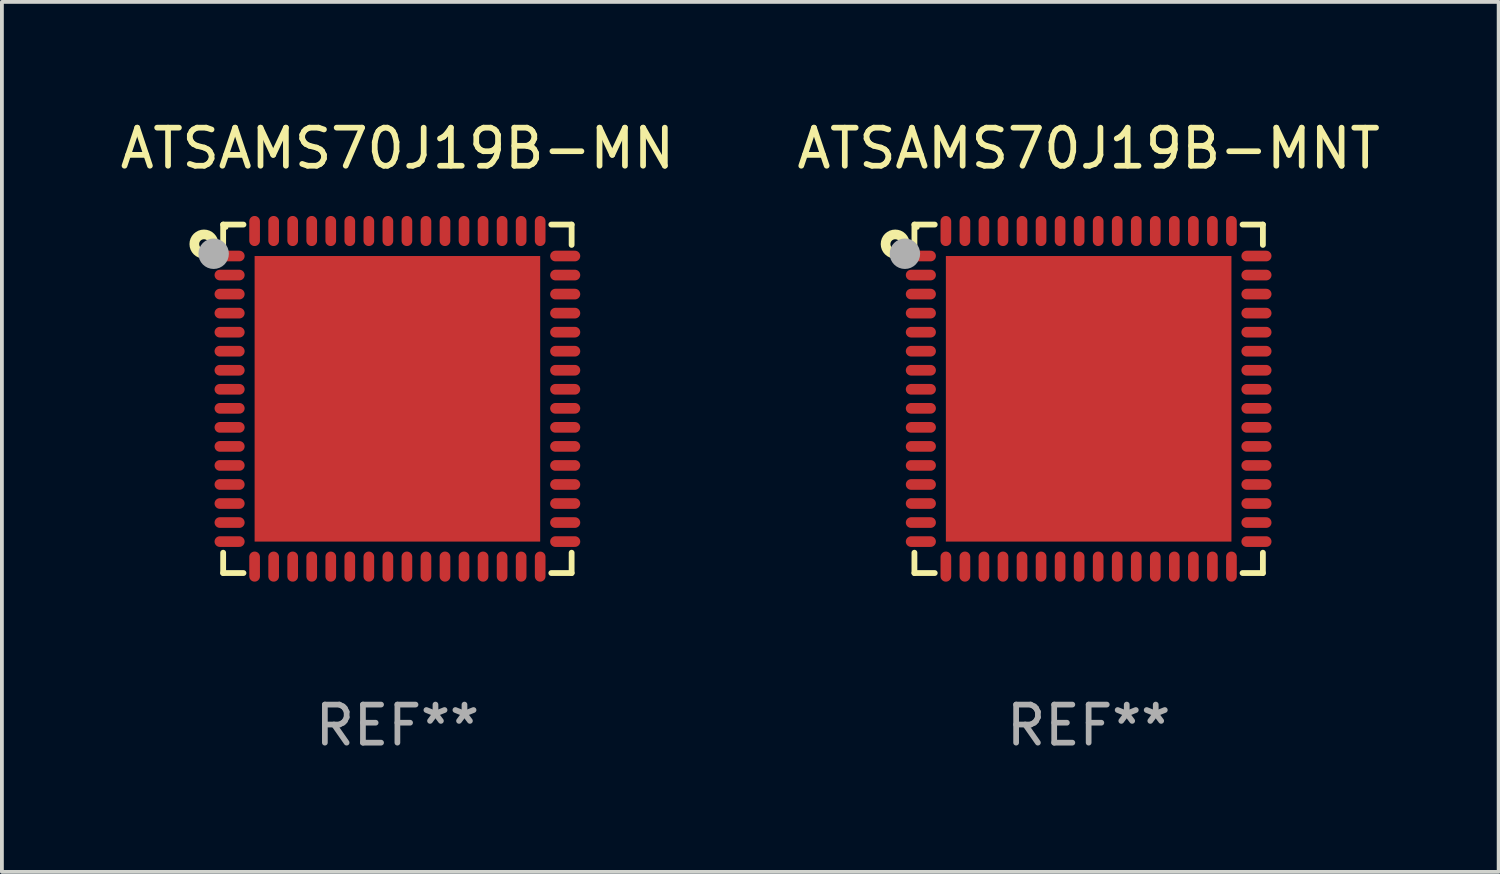
<source format=kicad_pcb>
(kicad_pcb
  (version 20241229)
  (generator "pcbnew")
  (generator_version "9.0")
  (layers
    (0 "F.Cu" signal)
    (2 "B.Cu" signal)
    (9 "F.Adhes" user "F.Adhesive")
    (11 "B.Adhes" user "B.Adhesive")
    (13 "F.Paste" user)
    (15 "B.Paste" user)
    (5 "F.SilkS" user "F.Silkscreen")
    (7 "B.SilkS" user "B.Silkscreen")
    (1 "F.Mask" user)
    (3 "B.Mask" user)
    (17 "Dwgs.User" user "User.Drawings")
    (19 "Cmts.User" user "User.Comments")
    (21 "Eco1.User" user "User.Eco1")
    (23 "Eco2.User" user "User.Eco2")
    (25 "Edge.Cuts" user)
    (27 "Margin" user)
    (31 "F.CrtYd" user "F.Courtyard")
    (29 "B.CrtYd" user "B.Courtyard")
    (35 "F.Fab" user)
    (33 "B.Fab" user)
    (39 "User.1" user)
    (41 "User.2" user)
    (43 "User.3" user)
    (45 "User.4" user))
  (footprint "ATSAMS70J19B-MN"
    (layer "F.Cu")
    (at 7.387 7.424)
    (property "Reference" "ATSAMS70J19B-MN" (at 0 -6.576 0) (layer "F.SilkS") (effects (font (size 1 1) (thickness 0.15))))
    (attr through_hole)
    (fp_line (start -4.576 -4.576) (end -4.042 -4.576) (stroke (width 0.152) (type solid)) (layer "F.SilkS"))
    (fp_line (start -4.576 -4.042) (end -4.576 -4.576) (stroke (width 0.152) (type solid)) (layer "F.SilkS"))
    (fp_line (start -4.576 4.042) (end -4.576 4.576) (stroke (width 0.152) (type solid)) (layer "F.SilkS"))
    (fp_line (start -4.576 4.576) (end -4.042 4.576) (stroke (width 0.152) (type solid)) (layer "F.SilkS"))
    (fp_line (start 4.576 -4.576) (end 4.042 -4.576) (stroke (width 0.152) (type solid)) (layer "F.SilkS"))
    (fp_line (start 4.576 -4.042) (end 4.576 -4.576) (stroke (width 0.152) (type solid)) (layer "F.SilkS"))
    (fp_line (start 4.576 4.042) (end 4.576 4.576) (stroke (width 0.152) (type solid)) (layer "F.SilkS"))
    (fp_line (start 4.576 4.576) (end 4.042 4.576) (stroke (width 0.152) (type solid)) (layer "F.SilkS"))
    (fp_circle (center -5.08 -4.064) (end -4.826 -4.064) (stroke (width 0.254) (type solid)) (fill no) (layer "F.SilkS"))
    (fp_circle (center -4.5 -4.5) (end -4.47 -4.5) (stroke (width 0.06) (type solid)) (fill no) (layer "F.SilkS"))
    (fp_circle (center -4.826 -3.81) (end -4.626 -3.81) (stroke (width 0.4) (type solid)) (fill no) (layer "F.Fab"))
    (fp_text user "REF**" (at 0 8.576 0) (layer "F.Fab") (effects (font (size 1 1) (thickness 0.15))))
    (pad "1" smd oval (at -4.407 -3.75) (size 0.79 0.28) (layers "F.Cu" "F.Mask" "F.Paste"))
    (pad "2" smd oval (at -4.407 -3.25) (size 0.79 0.28) (layers "F.Cu" "F.Mask" "F.Paste"))
    (pad "3" smd oval (at -4.407 -2.75) (size 0.79 0.28) (layers "F.Cu" "F.Mask" "F.Paste"))
    (pad "4" smd oval (at -4.407 -2.25) (size 0.79 0.28) (layers "F.Cu" "F.Mask" "F.Paste"))
    (pad "5" smd oval (at -4.407 -1.75) (size 0.79 0.28) (layers "F.Cu" "F.Mask" "F.Paste"))
    (pad "6" smd oval (at -4.407 -1.25) (size 0.79 0.28) (layers "F.Cu" "F.Mask" "F.Paste"))
    (pad "7" smd oval (at -4.407 -0.75) (size 0.79 0.28) (layers "F.Cu" "F.Mask" "F.Paste"))
    (pad "8" smd oval (at -4.407 -0.25) (size 0.79 0.28) (layers "F.Cu" "F.Mask" "F.Paste"))
    (pad "9" smd oval (at -4.407 0.25) (size 0.79 0.28) (layers "F.Cu" "F.Mask" "F.Paste"))
    (pad "10" smd oval (at -4.407 0.75) (size 0.79 0.28) (layers "F.Cu" "F.Mask" "F.Paste"))
    (pad "11" smd oval (at -4.407 1.25) (size 0.79 0.28) (layers "F.Cu" "F.Mask" "F.Paste"))
    (pad "12" smd oval (at -4.407 1.75) (size 0.79 0.28) (layers "F.Cu" "F.Mask" "F.Paste"))
    (pad "13" smd oval (at -4.407 2.25) (size 0.79 0.28) (layers "F.Cu" "F.Mask" "F.Paste"))
    (pad "14" smd oval (at -4.407 2.75) (size 0.79 0.28) (layers "F.Cu" "F.Mask" "F.Paste"))
    (pad "15" smd oval (at -4.407 3.25) (size 0.79 0.28) (layers "F.Cu" "F.Mask" "F.Paste"))
    (pad "16" smd oval (at -4.407 3.75) (size 0.79 0.28) (layers "F.Cu" "F.Mask" "F.Paste"))
    (pad "17" smd oval (at -3.75 4.407) (size 0.28 0.79) (layers "F.Cu" "F.Mask" "F.Paste"))
    (pad "18" smd oval (at -3.25 4.407) (size 0.28 0.79) (layers "F.Cu" "F.Mask" "F.Paste"))
    (pad "19" smd oval (at -2.75 4.407) (size 0.28 0.79) (layers "F.Cu" "F.Mask" "F.Paste"))
    (pad "20" smd oval (at -2.25 4.407) (size 0.28 0.79) (layers "F.Cu" "F.Mask" "F.Paste"))
    (pad "21" smd oval (at -1.75 4.407) (size 0.28 0.79) (layers "F.Cu" "F.Mask" "F.Paste"))
    (pad "22" smd oval (at -1.25 4.407) (size 0.28 0.79) (layers "F.Cu" "F.Mask" "F.Paste"))
    (pad "23" smd oval (at -0.75 4.407) (size 0.28 0.79) (layers "F.Cu" "F.Mask" "F.Paste"))
    (pad "24" smd oval (at -0.25 4.407) (size 0.28 0.79) (layers "F.Cu" "F.Mask" "F.Paste"))
    (pad "25" smd oval (at 0.25 4.407) (size 0.28 0.79) (layers "F.Cu" "F.Mask" "F.Paste"))
    (pad "26" smd oval (at 0.75 4.407) (size 0.28 0.79) (layers "F.Cu" "F.Mask" "F.Paste"))
    (pad "27" smd oval (at 1.25 4.407) (size 0.28 0.79) (layers "F.Cu" "F.Mask" "F.Paste"))
    (pad "28" smd oval (at 1.75 4.407) (size 0.28 0.79) (layers "F.Cu" "F.Mask" "F.Paste"))
    (pad "29" smd oval (at 2.25 4.407) (size 0.28 0.79) (layers "F.Cu" "F.Mask" "F.Paste"))
    (pad "30" smd oval (at 2.75 4.407) (size 0.28 0.79) (layers "F.Cu" "F.Mask" "F.Paste"))
    (pad "31" smd oval (at 3.25 4.407) (size 0.28 0.79) (layers "F.Cu" "F.Mask" "F.Paste"))
    (pad "32" smd oval (at 3.75 4.407) (size 0.28 0.79) (layers "F.Cu" "F.Mask" "F.Paste"))
    (pad "33" smd oval (at 4.407 3.75) (size 0.79 0.28) (layers "F.Cu" "F.Mask" "F.Paste"))
    (pad "34" smd oval (at 4.407 3.25) (size 0.79 0.28) (layers "F.Cu" "F.Mask" "F.Paste"))
    (pad "35" smd oval (at 4.407 2.75) (size 0.79 0.28) (layers "F.Cu" "F.Mask" "F.Paste"))
    (pad "36" smd oval (at 4.407 2.25) (size 0.79 0.28) (layers "F.Cu" "F.Mask" "F.Paste"))
    (pad "37" smd oval (at 4.407 1.75) (size 0.79 0.28) (layers "F.Cu" "F.Mask" "F.Paste"))
    (pad "38" smd oval (at 4.407 1.25) (size 0.79 0.28) (layers "F.Cu" "F.Mask" "F.Paste"))
    (pad "39" smd oval (at 4.407 0.75) (size 0.79 0.28) (layers "F.Cu" "F.Mask" "F.Paste"))
    (pad "40" smd oval (at 4.407 0.25) (size 0.79 0.28) (layers "F.Cu" "F.Mask" "F.Paste"))
    (pad "41" smd oval (at 4.407 -0.25) (size 0.79 0.28) (layers "F.Cu" "F.Mask" "F.Paste"))
    (pad "42" smd oval (at 4.407 -0.75) (size 0.79 0.28) (layers "F.Cu" "F.Mask" "F.Paste"))
    (pad "43" smd oval (at 4.407 -1.25) (size 0.79 0.28) (layers "F.Cu" "F.Mask" "F.Paste"))
    (pad "44" smd oval (at 4.407 -1.75) (size 0.79 0.28) (layers "F.Cu" "F.Mask" "F.Paste"))
    (pad "45" smd oval (at 4.407 -2.25) (size 0.79 0.28) (layers "F.Cu" "F.Mask" "F.Paste"))
    (pad "46" smd oval (at 4.407 -2.75) (size 0.79 0.28) (layers "F.Cu" "F.Mask" "F.Paste"))
    (pad "47" smd oval (at 4.407 -3.25) (size 0.79 0.28) (layers "F.Cu" "F.Mask" "F.Paste"))
    (pad "48" smd oval (at 4.407 -3.75) (size 0.79 0.28) (layers "F.Cu" "F.Mask" "F.Paste"))
    (pad "49" smd oval (at 3.75 -4.407) (size 0.28 0.79) (layers "F.Cu" "F.Mask" "F.Paste"))
    (pad "50" smd oval (at 3.25 -4.407) (size 0.28 0.79) (layers "F.Cu" "F.Mask" "F.Paste"))
    (pad "51" smd oval (at 2.75 -4.407) (size 0.28 0.79) (layers "F.Cu" "F.Mask" "F.Paste"))
    (pad "52" smd oval (at 2.25 -4.407) (size 0.28 0.79) (layers "F.Cu" "F.Mask" "F.Paste"))
    (pad "53" smd oval (at 1.75 -4.407) (size 0.28 0.79) (layers "F.Cu" "F.Mask" "F.Paste"))
    (pad "54" smd oval (at 1.25 -4.407) (size 0.28 0.79) (layers "F.Cu" "F.Mask" "F.Paste"))
    (pad "55" smd oval (at 0.75 -4.407) (size 0.28 0.79) (layers "F.Cu" "F.Mask" "F.Paste"))
    (pad "56" smd oval (at 0.25 -4.407) (size 0.28 0.79) (layers "F.Cu" "F.Mask" "F.Paste"))
    (pad "57" smd oval (at -0.25 -4.407) (size 0.28 0.79) (layers "F.Cu" "F.Mask" "F.Paste"))
    (pad "58" smd oval (at -0.75 -4.407) (size 0.28 0.79) (layers "F.Cu" "F.Mask" "F.Paste"))
    (pad "59" smd oval (at -1.25 -4.407) (size 0.28 0.79) (layers "F.Cu" "F.Mask" "F.Paste"))
    (pad "60" smd oval (at -1.75 -4.407) (size 0.28 0.79) (layers "F.Cu" "F.Mask" "F.Paste"))
    (pad "61" smd oval (at -2.25 -4.407) (size 0.28 0.79) (layers "F.Cu" "F.Mask" "F.Paste"))
    (pad "62" smd oval (at -2.75 -4.407) (size 0.28 0.79) (layers "F.Cu" "F.Mask" "F.Paste"))
    (pad "63" smd oval (at -3.25 -4.407) (size 0.28 0.79) (layers "F.Cu" "F.Mask" "F.Paste"))
    (pad "64" smd oval (at -3.75 -4.407) (size 0.28 0.79) (layers "F.Cu" "F.Mask" "F.Paste"))
    (pad "65" smd rect (at 0 0) (size 7.5 7.5) (layers "F.Cu" "F.Mask" "F.Paste")))
  (footprint "ATSAMS70J19B-MNT"
    (layer "F.Cu")
    (at 25.542 7.424)
    (property "Reference" "ATSAMS70J19B-MNT" (at 0 -6.576 0) (layer "F.SilkS") (effects (font (size 1 1) (thickness 0.15))))
    (attr through_hole)
    (fp_line (start -4.576 -4.576) (end -4.042 -4.576) (stroke (width 0.152) (type solid)) (layer "F.SilkS"))
    (fp_line (start -4.576 -4.042) (end -4.576 -4.576) (stroke (width 0.152) (type solid)) (layer "F.SilkS"))
    (fp_line (start -4.576 4.042) (end -4.576 4.576) (stroke (width 0.152) (type solid)) (layer "F.SilkS"))
    (fp_line (start -4.576 4.576) (end -4.042 4.576) (stroke (width 0.152) (type solid)) (layer "F.SilkS"))
    (fp_line (start 4.576 -4.576) (end 4.042 -4.576) (stroke (width 0.152) (type solid)) (layer "F.SilkS"))
    (fp_line (start 4.576 -4.042) (end 4.576 -4.576) (stroke (width 0.152) (type solid)) (layer "F.SilkS"))
    (fp_line (start 4.576 4.042) (end 4.576 4.576) (stroke (width 0.152) (type solid)) (layer "F.SilkS"))
    (fp_line (start 4.576 4.576) (end 4.042 4.576) (stroke (width 0.152) (type solid)) (layer "F.SilkS"))
    (fp_circle (center -5.08 -4.064) (end -4.826 -4.064) (stroke (width 0.254) (type solid)) (fill no) (layer "F.SilkS"))
    (fp_circle (center -4.5 -4.5) (end -4.47 -4.5) (stroke (width 0.06) (type solid)) (fill no) (layer "F.SilkS"))
    (fp_circle (center -4.826 -3.81) (end -4.626 -3.81) (stroke (width 0.4) (type solid)) (fill no) (layer "F.Fab"))
    (fp_text user "REF**" (at 0 8.576 0) (layer "F.Fab") (effects (font (size 1 1) (thickness 0.15))))
    (pad "1" smd oval (at -4.407 -3.75) (size 0.79 0.28) (layers "F.Cu" "F.Mask" "F.Paste"))
    (pad "2" smd oval (at -4.407 -3.25) (size 0.79 0.28) (layers "F.Cu" "F.Mask" "F.Paste"))
    (pad "3" smd oval (at -4.407 -2.75) (size 0.79 0.28) (layers "F.Cu" "F.Mask" "F.Paste"))
    (pad "4" smd oval (at -4.407 -2.25) (size 0.79 0.28) (layers "F.Cu" "F.Mask" "F.Paste"))
    (pad "5" smd oval (at -4.407 -1.75) (size 0.79 0.28) (layers "F.Cu" "F.Mask" "F.Paste"))
    (pad "6" smd oval (at -4.407 -1.25) (size 0.79 0.28) (layers "F.Cu" "F.Mask" "F.Paste"))
    (pad "7" smd oval (at -4.407 -0.75) (size 0.79 0.28) (layers "F.Cu" "F.Mask" "F.Paste"))
    (pad "8" smd oval (at -4.407 -0.25) (size 0.79 0.28) (layers "F.Cu" "F.Mask" "F.Paste"))
    (pad "9" smd oval (at -4.407 0.25) (size 0.79 0.28) (layers "F.Cu" "F.Mask" "F.Paste"))
    (pad "10" smd oval (at -4.407 0.75) (size 0.79 0.28) (layers "F.Cu" "F.Mask" "F.Paste"))
    (pad "11" smd oval (at -4.407 1.25) (size 0.79 0.28) (layers "F.Cu" "F.Mask" "F.Paste"))
    (pad "12" smd oval (at -4.407 1.75) (size 0.79 0.28) (layers "F.Cu" "F.Mask" "F.Paste"))
    (pad "13" smd oval (at -4.407 2.25) (size 0.79 0.28) (layers "F.Cu" "F.Mask" "F.Paste"))
    (pad "14" smd oval (at -4.407 2.75) (size 0.79 0.28) (layers "F.Cu" "F.Mask" "F.Paste"))
    (pad "15" smd oval (at -4.407 3.25) (size 0.79 0.28) (layers "F.Cu" "F.Mask" "F.Paste"))
    (pad "16" smd oval (at -4.407 3.75) (size 0.79 0.28) (layers "F.Cu" "F.Mask" "F.Paste"))
    (pad "17" smd oval (at -3.75 4.407) (size 0.28 0.79) (layers "F.Cu" "F.Mask" "F.Paste"))
    (pad "18" smd oval (at -3.25 4.407) (size 0.28 0.79) (layers "F.Cu" "F.Mask" "F.Paste"))
    (pad "19" smd oval (at -2.75 4.407) (size 0.28 0.79) (layers "F.Cu" "F.Mask" "F.Paste"))
    (pad "20" smd oval (at -2.25 4.407) (size 0.28 0.79) (layers "F.Cu" "F.Mask" "F.Paste"))
    (pad "21" smd oval (at -1.75 4.407) (size 0.28 0.79) (layers "F.Cu" "F.Mask" "F.Paste"))
    (pad "22" smd oval (at -1.25 4.407) (size 0.28 0.79) (layers "F.Cu" "F.Mask" "F.Paste"))
    (pad "23" smd oval (at -0.75 4.407) (size 0.28 0.79) (layers "F.Cu" "F.Mask" "F.Paste"))
    (pad "24" smd oval (at -0.25 4.407) (size 0.28 0.79) (layers "F.Cu" "F.Mask" "F.Paste"))
    (pad "25" smd oval (at 0.25 4.407) (size 0.28 0.79) (layers "F.Cu" "F.Mask" "F.Paste"))
    (pad "26" smd oval (at 0.75 4.407) (size 0.28 0.79) (layers "F.Cu" "F.Mask" "F.Paste"))
    (pad "27" smd oval (at 1.25 4.407) (size 0.28 0.79) (layers "F.Cu" "F.Mask" "F.Paste"))
    (pad "28" smd oval (at 1.75 4.407) (size 0.28 0.79) (layers "F.Cu" "F.Mask" "F.Paste"))
    (pad "29" smd oval (at 2.25 4.407) (size 0.28 0.79) (layers "F.Cu" "F.Mask" "F.Paste"))
    (pad "30" smd oval (at 2.75 4.407) (size 0.28 0.79) (layers "F.Cu" "F.Mask" "F.Paste"))
    (pad "31" smd oval (at 3.25 4.407) (size 0.28 0.79) (layers "F.Cu" "F.Mask" "F.Paste"))
    (pad "32" smd oval (at 3.75 4.407) (size 0.28 0.79) (layers "F.Cu" "F.Mask" "F.Paste"))
    (pad "33" smd oval (at 4.407 3.75) (size 0.79 0.28) (layers "F.Cu" "F.Mask" "F.Paste"))
    (pad "34" smd oval (at 4.407 3.25) (size 0.79 0.28) (layers "F.Cu" "F.Mask" "F.Paste"))
    (pad "35" smd oval (at 4.407 2.75) (size 0.79 0.28) (layers "F.Cu" "F.Mask" "F.Paste"))
    (pad "36" smd oval (at 4.407 2.25) (size 0.79 0.28) (layers "F.Cu" "F.Mask" "F.Paste"))
    (pad "37" smd oval (at 4.407 1.75) (size 0.79 0.28) (layers "F.Cu" "F.Mask" "F.Paste"))
    (pad "38" smd oval (at 4.407 1.25) (size 0.79 0.28) (layers "F.Cu" "F.Mask" "F.Paste"))
    (pad "39" smd oval (at 4.407 0.75) (size 0.79 0.28) (layers "F.Cu" "F.Mask" "F.Paste"))
    (pad "40" smd oval (at 4.407 0.25) (size 0.79 0.28) (layers "F.Cu" "F.Mask" "F.Paste"))
    (pad "41" smd oval (at 4.407 -0.25) (size 0.79 0.28) (layers "F.Cu" "F.Mask" "F.Paste"))
    (pad "42" smd oval (at 4.407 -0.75) (size 0.79 0.28) (layers "F.Cu" "F.Mask" "F.Paste"))
    (pad "43" smd oval (at 4.407 -1.25) (size 0.79 0.28) (layers "F.Cu" "F.Mask" "F.Paste"))
    (pad "44" smd oval (at 4.407 -1.75) (size 0.79 0.28) (layers "F.Cu" "F.Mask" "F.Paste"))
    (pad "45" smd oval (at 4.407 -2.25) (size 0.79 0.28) (layers "F.Cu" "F.Mask" "F.Paste"))
    (pad "46" smd oval (at 4.407 -2.75) (size 0.79 0.28) (layers "F.Cu" "F.Mask" "F.Paste"))
    (pad "47" smd oval (at 4.407 -3.25) (size 0.79 0.28) (layers "F.Cu" "F.Mask" "F.Paste"))
    (pad "48" smd oval (at 4.407 -3.75) (size 0.79 0.28) (layers "F.Cu" "F.Mask" "F.Paste"))
    (pad "49" smd oval (at 3.75 -4.407) (size 0.28 0.79) (layers "F.Cu" "F.Mask" "F.Paste"))
    (pad "50" smd oval (at 3.25 -4.407) (size 0.28 0.79) (layers "F.Cu" "F.Mask" "F.Paste"))
    (pad "51" smd oval (at 2.75 -4.407) (size 0.28 0.79) (layers "F.Cu" "F.Mask" "F.Paste"))
    (pad "52" smd oval (at 2.25 -4.407) (size 0.28 0.79) (layers "F.Cu" "F.Mask" "F.Paste"))
    (pad "53" smd oval (at 1.75 -4.407) (size 0.28 0.79) (layers "F.Cu" "F.Mask" "F.Paste"))
    (pad "54" smd oval (at 1.25 -4.407) (size 0.28 0.79) (layers "F.Cu" "F.Mask" "F.Paste"))
    (pad "55" smd oval (at 0.75 -4.407) (size 0.28 0.79) (layers "F.Cu" "F.Mask" "F.Paste"))
    (pad "56" smd oval (at 0.25 -4.407) (size 0.28 0.79) (layers "F.Cu" "F.Mask" "F.Paste"))
    (pad "57" smd oval (at -0.25 -4.407) (size 0.28 0.79) (layers "F.Cu" "F.Mask" "F.Paste"))
    (pad "58" smd oval (at -0.75 -4.407) (size 0.28 0.79) (layers "F.Cu" "F.Mask" "F.Paste"))
    (pad "59" smd oval (at -1.25 -4.407) (size 0.28 0.79) (layers "F.Cu" "F.Mask" "F.Paste"))
    (pad "60" smd oval (at -1.75 -4.407) (size 0.28 0.79) (layers "F.Cu" "F.Mask" "F.Paste"))
    (pad "61" smd oval (at -2.25 -4.407) (size 0.28 0.79) (layers "F.Cu" "F.Mask" "F.Paste"))
    (pad "62" smd oval (at -2.75 -4.407) (size 0.28 0.79) (layers "F.Cu" "F.Mask" "F.Paste"))
    (pad "63" smd oval (at -3.25 -4.407) (size 0.28 0.79) (layers "F.Cu" "F.Mask" "F.Paste"))
    (pad "64" smd oval (at -3.75 -4.407) (size 0.28 0.79) (layers "F.Cu" "F.Mask" "F.Paste"))
    (pad "65" smd rect (at 0 0) (size 7.5 7.5) (layers "F.Cu" "F.Mask" "F.Paste")))
  (gr_rect
    (start -3 -3)
    (end 36.31 19.849)
    (stroke (width 0.1) (type default))
    (fill no)
    (layer "Edge.Cuts")))
</source>
